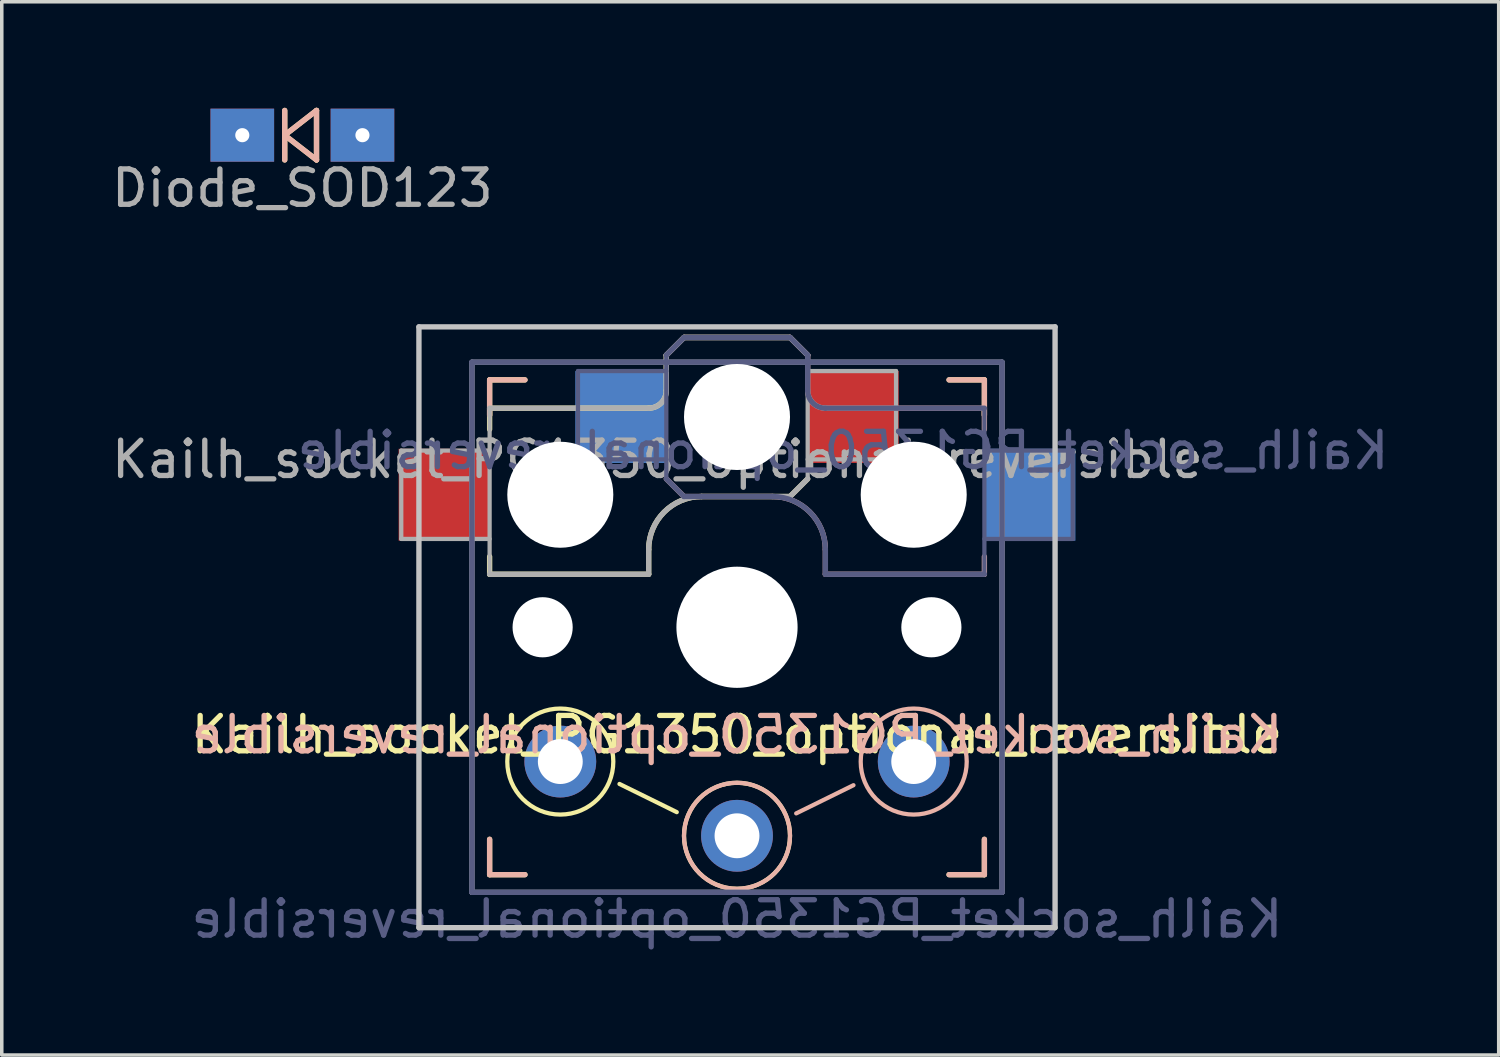
<source format=kicad_pcb>
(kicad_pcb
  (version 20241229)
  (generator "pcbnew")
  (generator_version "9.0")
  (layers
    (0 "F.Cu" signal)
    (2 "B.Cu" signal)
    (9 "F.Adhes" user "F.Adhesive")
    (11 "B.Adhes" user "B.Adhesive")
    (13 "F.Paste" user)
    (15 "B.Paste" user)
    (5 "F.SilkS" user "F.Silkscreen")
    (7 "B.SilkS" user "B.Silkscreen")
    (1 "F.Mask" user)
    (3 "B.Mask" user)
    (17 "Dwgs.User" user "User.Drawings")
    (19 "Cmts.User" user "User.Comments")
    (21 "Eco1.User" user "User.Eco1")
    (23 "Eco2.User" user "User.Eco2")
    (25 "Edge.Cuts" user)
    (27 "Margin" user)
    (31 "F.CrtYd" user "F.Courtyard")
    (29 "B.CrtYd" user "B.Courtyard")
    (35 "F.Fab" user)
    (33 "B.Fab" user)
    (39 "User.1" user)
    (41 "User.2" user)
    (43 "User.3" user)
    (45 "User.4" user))
  (footprint "Kailh_socket_PG1350_optional_reversible"
    (layer "F.Cu")
    (at 17.804 14.699)
    (property "Reference" "Kailh_socket_PG1350_optional_reversible" (at 0 3.04 0) (layer "F.SilkS") (effects (font (size 1 1) (thickness 0.15))))
    (property "Value" "Kailh_socket_PG1350_optional_reversible" (at 0 8.255 0) (layer "F.Fab") (hide yes) (effects (font (size 1 1) (thickness 0.15))))
    (attr through_hole)
    (fp_line (start -7 -7) (end -6 -7) (stroke (width 0.15) (type solid)) (layer "F.SilkS"))
    (fp_line (start -7 -6.2) (end -2.5 -6.2) (stroke (width 0.15) (type solid)) (layer "F.SilkS"))
    (fp_line (start -7 -6) (end -7 -7) (stroke (width 0.15) (type solid)) (layer "F.SilkS"))
    (fp_line (start -7 -5.6) (end -7 -6.2) (stroke (width 0.15) (type solid)) (layer "F.SilkS"))
    (fp_line (start -7 -1.5) (end -7 -2) (stroke (width 0.15) (type solid)) (layer "F.SilkS"))
    (fp_line (start -7 7) (end -7 6) (stroke (width 0.15) (type solid)) (layer "F.SilkS"))
    (fp_line (start -6 7) (end -7 7) (stroke (width 0.15) (type solid)) (layer "F.SilkS"))
    (fp_line (start -3.325 4.434) (end -1.705 5.231) (stroke (width 0.12) (type solid)) (layer "F.SilkS"))
    (fp_line (start -2.5 -2.2) (end -2.5 -1.5) (stroke (width 0.15) (type solid)) (layer "F.SilkS"))
    (fp_line (start -2.5 -1.5) (end -7 -1.5) (stroke (width 0.15) (type solid)) (layer "F.SilkS"))
    (fp_line (start -2 -6.7) (end -2 -7.7) (stroke (width 0.15) (type solid)) (layer "F.SilkS"))
    (fp_line (start -1.5 -8.2) (end -2 -7.7) (stroke (width 0.15) (type solid)) (layer "F.SilkS"))
    (fp_line (start 1.5 -8.2) (end -1.5 -8.2) (stroke (width 0.15) (type solid)) (layer "F.SilkS"))
    (fp_line (start 1.5 -3.7) (end -1 -3.7) (stroke (width 0.15) (type solid)) (layer "F.SilkS"))
    (fp_line (start 2 -7.7) (end 1.5 -8.2) (stroke (width 0.15) (type solid)) (layer "F.SilkS"))
    (fp_line (start 2 -4.2) (end 1.5 -3.7) (stroke (width 0.15) (type solid)) (layer "F.SilkS"))
    (fp_line (start 6 -7) (end 7 -7) (stroke (width 0.15) (type solid)) (layer "F.SilkS"))
    (fp_line (start 7 -7) (end 7 -6) (stroke (width 0.15) (type solid)) (layer "F.SilkS"))
    (fp_line (start 7 6) (end 7 7) (stroke (width 0.15) (type solid)) (layer "F.SilkS"))
    (fp_line (start 7 7) (end 6 7) (stroke (width 0.15) (type solid)) (layer "F.SilkS"))
    (fp_arc (start -2.5 -2.2) (mid -2.06066 -3.26066) (end -1 -3.7) (stroke (width 0.15) (type solid)) (layer "F.SilkS"))
    (fp_arc (start -2 -6.7) (mid -2.146447 -6.346447) (end -2.5 -6.2) (stroke (width 0.15) (type solid)) (layer "F.SilkS"))
    (fp_circle (center -5 3.8) (end -3.5 3.8) (stroke (width 0.12) (type solid)) (fill no) (layer "F.SilkS"))
    (fp_circle (center 0 5.9) (end 1.5 5.9) (stroke (width 0.12) (type solid)) (fill no) (layer "F.SilkS"))
    (fp_line (start -7 -7) (end -6 -7) (stroke (width 0.15) (type solid)) (layer "B.SilkS"))
    (fp_line (start -7 -6) (end -7 -7) (stroke (width 0.15) (type solid)) (layer "B.SilkS"))
    (fp_line (start -7 7) (end -7 6) (stroke (width 0.15) (type solid)) (layer "B.SilkS"))
    (fp_line (start -6 7) (end -7 7) (stroke (width 0.15) (type solid)) (layer "B.SilkS"))
    (fp_line (start -2 -7.7) (end -1.5 -8.2) (stroke (width 0.15) (type solid)) (layer "B.SilkS"))
    (fp_line (start -2 -4.2) (end -1.5 -3.7) (stroke (width 0.15) (type solid)) (layer "B.SilkS"))
    (fp_line (start -1.5 -8.2) (end 1.5 -8.2) (stroke (width 0.15) (type solid)) (layer "B.SilkS"))
    (fp_line (start -1.5 -3.7) (end 1 -3.7) (stroke (width 0.15) (type solid)) (layer "B.SilkS"))
    (fp_line (start 1.5 -8.2) (end 2 -7.7) (stroke (width 0.15) (type solid)) (layer "B.SilkS"))
    (fp_line (start 1.675 5.266) (end 3.295 4.469) (stroke (width 0.12) (type solid)) (layer "B.SilkS"))
    (fp_line (start 2 -6.7) (end 2 -7.7) (stroke (width 0.15) (type solid)) (layer "B.SilkS"))
    (fp_line (start 2.5 -2.2) (end 2.5 -1.5) (stroke (width 0.15) (type solid)) (layer "B.SilkS"))
    (fp_line (start 2.5 -1.5) (end 7 -1.5) (stroke (width 0.15) (type solid)) (layer "B.SilkS"))
    (fp_line (start 6 -7) (end 7 -7) (stroke (width 0.15) (type solid)) (layer "B.SilkS"))
    (fp_line (start 7 -7) (end 7 -6) (stroke (width 0.15) (type solid)) (layer "B.SilkS"))
    (fp_line (start 7 -6.2) (end 2.5 -6.2) (stroke (width 0.15) (type solid)) (layer "B.SilkS"))
    (fp_line (start 7 -5.6) (end 7 -6.2) (stroke (width 0.15) (type solid)) (layer "B.SilkS"))
    (fp_line (start 7 -1.5) (end 7 -2) (stroke (width 0.15) (type solid)) (layer "B.SilkS"))
    (fp_line (start 7 6) (end 7 7) (stroke (width 0.15) (type solid)) (layer "B.SilkS"))
    (fp_line (start 7 7) (end 6 7) (stroke (width 0.15) (type solid)) (layer "B.SilkS"))
    (fp_arc (start 1 -3.7) (mid 2.06066 -3.26066) (end 2.5 -2.2) (stroke (width 0.15) (type solid)) (layer "B.SilkS"))
    (fp_arc (start 2.5 -6.2) (mid 2.146447 -6.346447) (end 2 -6.7) (stroke (width 0.15) (type solid)) (layer "B.SilkS"))
    (fp_circle (center 0 5.9) (end 1.5 5.9) (stroke (width 0.12) (type solid)) (fill no) (layer "B.SilkS"))
    (fp_circle (center 5 3.8) (end 6.5 3.8) (stroke (width 0.12) (type solid)) (fill no) (layer "B.SilkS"))
    (fp_line (start -9 -8.5) (end 9 -8.5) (stroke (width 0.152) (type solid)) (layer "Dwgs.User"))
    (fp_line (start -9 8.5) (end -9 -8.5) (stroke (width 0.152) (type solid)) (layer "Dwgs.User"))
    (fp_line (start 9 -8.5) (end 9 8.5) (stroke (width 0.152) (type solid)) (layer "Dwgs.User"))
    (fp_line (start 9 8.5) (end -9 8.5) (stroke (width 0.152) (type solid)) (layer "Dwgs.User"))
    (fp_line (start -6.9 6.9) (end -6.9 -6.9) (stroke (width 0.15) (type solid)) (layer "Eco2.User"))
    (fp_line (start -6.9 6.9) (end 6.9 6.9) (stroke (width 0.15) (type solid)) (layer "Eco2.User"))
    (fp_line (start -2.6 -3.1) (end -2.6 -6.3) (stroke (width 0.15) (type solid)) (layer "Eco2.User"))
    (fp_line (start -2.6 -3.1) (end 2.6 -3.1) (stroke (width 0.15) (type solid)) (layer "Eco2.User"))
    (fp_line (start 2.6 -6.3) (end -2.6 -6.3) (stroke (width 0.15) (type solid)) (layer "Eco2.User"))
    (fp_line (start 2.6 -3.1) (end 2.6 -6.3) (stroke (width 0.15) (type solid)) (layer "Eco2.User"))
    (fp_line (start 6.9 -6.9) (end -6.9 -6.9) (stroke (width 0.15) (type solid)) (layer "Eco2.User"))
    (fp_line (start 6.9 -6.9) (end 6.9 6.9) (stroke (width 0.15) (type solid)) (layer "Eco2.User"))
    (fp_line (start -7.5 -7.5) (end 7.5 -7.5) (stroke (width 0.15) (type solid)) (layer "B.Fab"))
    (fp_line (start -7.5 7.5) (end -7.5 -7.5) (stroke (width 0.15) (type solid)) (layer "B.Fab"))
    (fp_line (start -4.5 -7.25) (end -2 -7.25) (stroke (width 0.12) (type solid)) (layer "B.Fab"))
    (fp_line (start -4.5 -4.75) (end -4.5 -7.25) (stroke (width 0.12) (type solid)) (layer "B.Fab"))
    (fp_line (start -2 -7.7) (end -1.5 -8.2) (stroke (width 0.15) (type solid)) (layer "B.Fab"))
    (fp_line (start -2 -4.75) (end -4.5 -4.75) (stroke (width 0.12) (type solid)) (layer "B.Fab"))
    (fp_line (start -2 -4.25) (end -2 -7.7) (stroke (width 0.12) (type solid)) (layer "B.Fab"))
    (fp_line (start -2 -4.2) (end -1.5 -3.7) (stroke (width 0.15) (type solid)) (layer "B.Fab"))
    (fp_line (start -1.5 -8.2) (end 1.5 -8.2) (stroke (width 0.15) (type solid)) (layer "B.Fab"))
    (fp_line (start -1.5 -3.7) (end 1 -3.7) (stroke (width 0.15) (type solid)) (layer "B.Fab"))
    (fp_line (start 1.5 -8.2) (end 2 -7.7) (stroke (width 0.15) (type solid)) (layer "B.Fab"))
    (fp_line (start 2 -6.7) (end 2 -7.7) (stroke (width 0.15) (type solid)) (layer "B.Fab"))
    (fp_line (start 2.5 -2.2) (end 2.5 -1.5) (stroke (width 0.15) (type solid)) (layer "B.Fab"))
    (fp_line (start 2.5 -1.5) (end 7 -1.5) (stroke (width 0.15) (type solid)) (layer "B.Fab"))
    (fp_line (start 7 -6.2) (end 2.5 -6.2) (stroke (width 0.15) (type solid)) (layer "B.Fab"))
    (fp_line (start 7 -5) (end 9.5 -5) (stroke (width 0.12) (type solid)) (layer "B.Fab"))
    (fp_line (start 7 -1.5) (end 7 -6.2) (stroke (width 0.12) (type solid)) (layer "B.Fab"))
    (fp_line (start 7.5 -7.5) (end 7.5 7.5) (stroke (width 0.15) (type solid)) (layer "B.Fab"))
    (fp_line (start 7.5 7.5) (end -7.5 7.5) (stroke (width 0.15) (type solid)) (layer "B.Fab"))
    (fp_line (start 9.5 -5) (end 9.5 -2.5) (stroke (width 0.12) (type solid)) (layer "B.Fab"))
    (fp_line (start 9.5 -2.5) (end 7 -2.5) (stroke (width 0.12) (type solid)) (layer "B.Fab"))
    (fp_arc (start 1 -3.7) (mid 2.06066 -3.26066) (end 2.5 -2.2) (stroke (width 0.15) (type solid)) (layer "B.Fab"))
    (fp_arc (start 2.5 -6.2) (mid 2.146447 -6.346447) (end 2 -6.7) (stroke (width 0.15) (type solid)) (layer "B.Fab"))
    (fp_line (start -9.5 -5) (end -9.5 -2.5) (stroke (width 0.12) (type solid)) (layer "F.Fab"))
    (fp_line (start -9.5 -2.5) (end -7 -2.5) (stroke (width 0.12) (type solid)) (layer "F.Fab"))
    (fp_line (start -7.5 -7.5) (end 7.5 -7.5) (stroke (width 0.15) (type solid)) (layer "F.Fab"))
    (fp_line (start -7.5 7.5) (end -7.5 -7.5) (stroke (width 0.15) (type solid)) (layer "F.Fab"))
    (fp_line (start -7 -6.2) (end -2.5 -6.2) (stroke (width 0.15) (type solid)) (layer "F.Fab"))
    (fp_line (start -7 -5) (end -9.5 -5) (stroke (width 0.12) (type solid)) (layer "F.Fab"))
    (fp_line (start -7 -1.5) (end -7 -6.2) (stroke (width 0.12) (type solid)) (layer "F.Fab"))
    (fp_line (start -2.5 -2.2) (end -2.5 -1.5) (stroke (width 0.15) (type solid)) (layer "F.Fab"))
    (fp_line (start -2.5 -1.5) (end -7 -1.5) (stroke (width 0.15) (type solid)) (layer "F.Fab"))
    (fp_line (start -2 -6.7) (end -2 -7.7) (stroke (width 0.15) (type solid)) (layer "F.Fab"))
    (fp_line (start -1.5 -8.2) (end -2 -7.7) (stroke (width 0.15) (type solid)) (layer "F.Fab"))
    (fp_line (start 1.5 -8.2) (end -1.5 -8.2) (stroke (width 0.15) (type solid)) (layer "F.Fab"))
    (fp_line (start 1.5 -3.7) (end -1 -3.7) (stroke (width 0.15) (type solid)) (layer "F.Fab"))
    (fp_line (start 2 -7.7) (end 1.5 -8.2) (stroke (width 0.15) (type solid)) (layer "F.Fab"))
    (fp_line (start 2 -4.75) (end 4.5 -4.75) (stroke (width 0.12) (type solid)) (layer "F.Fab"))
    (fp_line (start 2 -4.25) (end 2 -7.7) (stroke (width 0.12) (type solid)) (layer "F.Fab"))
    (fp_line (start 2 -4.2) (end 1.5 -3.7) (stroke (width 0.15) (type solid)) (layer "F.Fab"))
    (fp_line (start 4.5 -7.25) (end 2 -7.25) (stroke (width 0.12) (type solid)) (layer "F.Fab"))
    (fp_line (start 4.5 -4.75) (end 4.5 -7.25) (stroke (width 0.12) (type solid)) (layer "F.Fab"))
    (fp_line (start 7.5 -7.5) (end 7.5 7.5) (stroke (width 0.15) (type solid)) (layer "F.Fab"))
    (fp_line (start 7.5 7.5) (end -7.5 7.5) (stroke (width 0.15) (type solid)) (layer "F.Fab"))
    (fp_arc (start -2.5 -2.2) (mid -2.06066 -3.26066) (end -1 -3.7) (stroke (width 0.15) (type solid)) (layer "F.Fab"))
    (fp_arc (start -2 -6.7) (mid -2.146447 -6.346447) (end -2.5 -6.2) (stroke (width 0.15) (type solid)) (layer "F.Fab"))
    (fp_text user "${REFERENCE}" (at 0 3.04 0) (layer "B.SilkS") (effects (font (size 1 1) (thickness 0.15)) (justify mirror)))
    (fp_text user "${VALUE}" (at 0 8.255 0) (layer "B.Fab") (effects (font (size 1 1) (thickness 0.15)) (justify mirror)))
    (fp_text user "${REFERENCE}" (at 3 -5 180) (layer "B.Fab") (effects (font (size 1 1) (thickness 0.15)) (justify mirror)))
    (fp_text user "${REFERENCE}" (at -2.25 -4.75 0) (layer "F.Fab") (effects (font (size 1 1) (thickness 0.15))))
    (pad "" np_thru_hole circle (at -5.5 0) (size 1.702 1.702) (drill 1.702) (layers "*.Cu" "*.Mask"))
    (pad "" np_thru_hole circle (at -5 -3.75) (size 3 3) (drill 3) (layers "*.Cu" "*.Mask"))
    (pad "" np_thru_hole circle (at 0 -5.95) (size 3 3) (drill 3) (layers "*.Cu" "*.Mask"))
    (pad "" np_thru_hole circle (at 0 0) (size 3.429 3.429) (drill 3.429) (layers "*.Cu" "*.Mask"))
    (pad "" np_thru_hole circle (at 5 -3.75) (size 3 3) (drill 3) (layers "*.Cu" "*.Mask"))
    (pad "" np_thru_hole circle (at 5.5 0) (size 1.702 1.702) (drill 1.702) (layers "*.Cu" "*.Mask"))
    (pad "1" smd rect (at -3.275 -5.95) (size 2.6 2.6) (layers "B.Cu" "B.Mask" "B.Paste"))
    (pad "1" thru_hole circle (at 0 5.9) (size 2.032 2.032) (drill 1.27) (layers "*.Cu" "*.Mask"))
    (pad "1" smd rect (at 3.275 -5.95) (size 2.6 2.6) (layers "F.Cu" "F.Mask" "F.Paste"))
    (pad "2" smd rect (at -8.275 -3.75) (size 2.6 2.6) (layers "F.Cu" "F.Mask" "F.Paste"))
    (pad "2" thru_hole circle (at -5 3.8) (size 2.032 2.032) (drill 1.27) (layers "*.Cu" "*.Mask"))
    (pad "2" thru_hole circle (at 5 3.8) (size 2.032 2.032) (drill 1.27) (layers "*.Cu" "*.Mask"))
    (pad "2" smd rect (at 8.275 -3.75) (size 2.6 2.6) (layers "B.Cu" "B.Mask" "B.Paste")))
  (footprint "Diode_SOD123"
    (placed yes)
    (layer "F.Cu")
    (at 5.506 0.775)
    (property "Reference" "Diode_SOD123" (at 0 1.5 0) (layer "F.Fab") (effects (font (size 1 1) (thickness 0.15))))
    (attr through_hole)
    (fp_line (start -0.5 -0.7) (end -0.5 0.7) (stroke (width 0.15) (type solid)) (layer "F.SilkS"))
    (fp_line (start -0.5 0) (end 0.4 -0.7) (stroke (width 0.15) (type solid)) (layer "F.SilkS"))
    (fp_line (start 0.4 -0.7) (end 0.4 0.7) (stroke (width 0.15) (type solid)) (layer "F.SilkS"))
    (fp_line (start 0.4 0.7) (end -0.5 0) (stroke (width 0.15) (type solid)) (layer "F.SilkS"))
    (fp_line (start -0.5 -0.7) (end -0.5 0.7) (stroke (width 0.15) (type solid)) (layer "B.SilkS"))
    (fp_line (start -0.5 0) (end 0.4 -0.7) (stroke (width 0.15) (type solid)) (layer "B.SilkS"))
    (fp_line (start 0.4 -0.7) (end 0.4 0.7) (stroke (width 0.15) (type solid)) (layer "B.SilkS"))
    (fp_line (start 0.4 0.7) (end -0.5 0) (stroke (width 0.15) (type solid)) (layer "B.SilkS"))
    (pad "1" thru_hole rect (at -1.7 0) (size 1.8 1.5) (drill 0.4) (layers "*.Cu" "*.Mask"))
    (pad "2" thru_hole rect (at 1.7 0) (size 1.8 1.5) (drill 0.4) (layers "*.Cu" "*.Mask")))
  (gr_rect
    (start -3 -3)
    (end 39.357 26.803)
    (stroke (width 0.1) (type default))
    (fill no)
    (layer "Edge.Cuts")))
</source>
